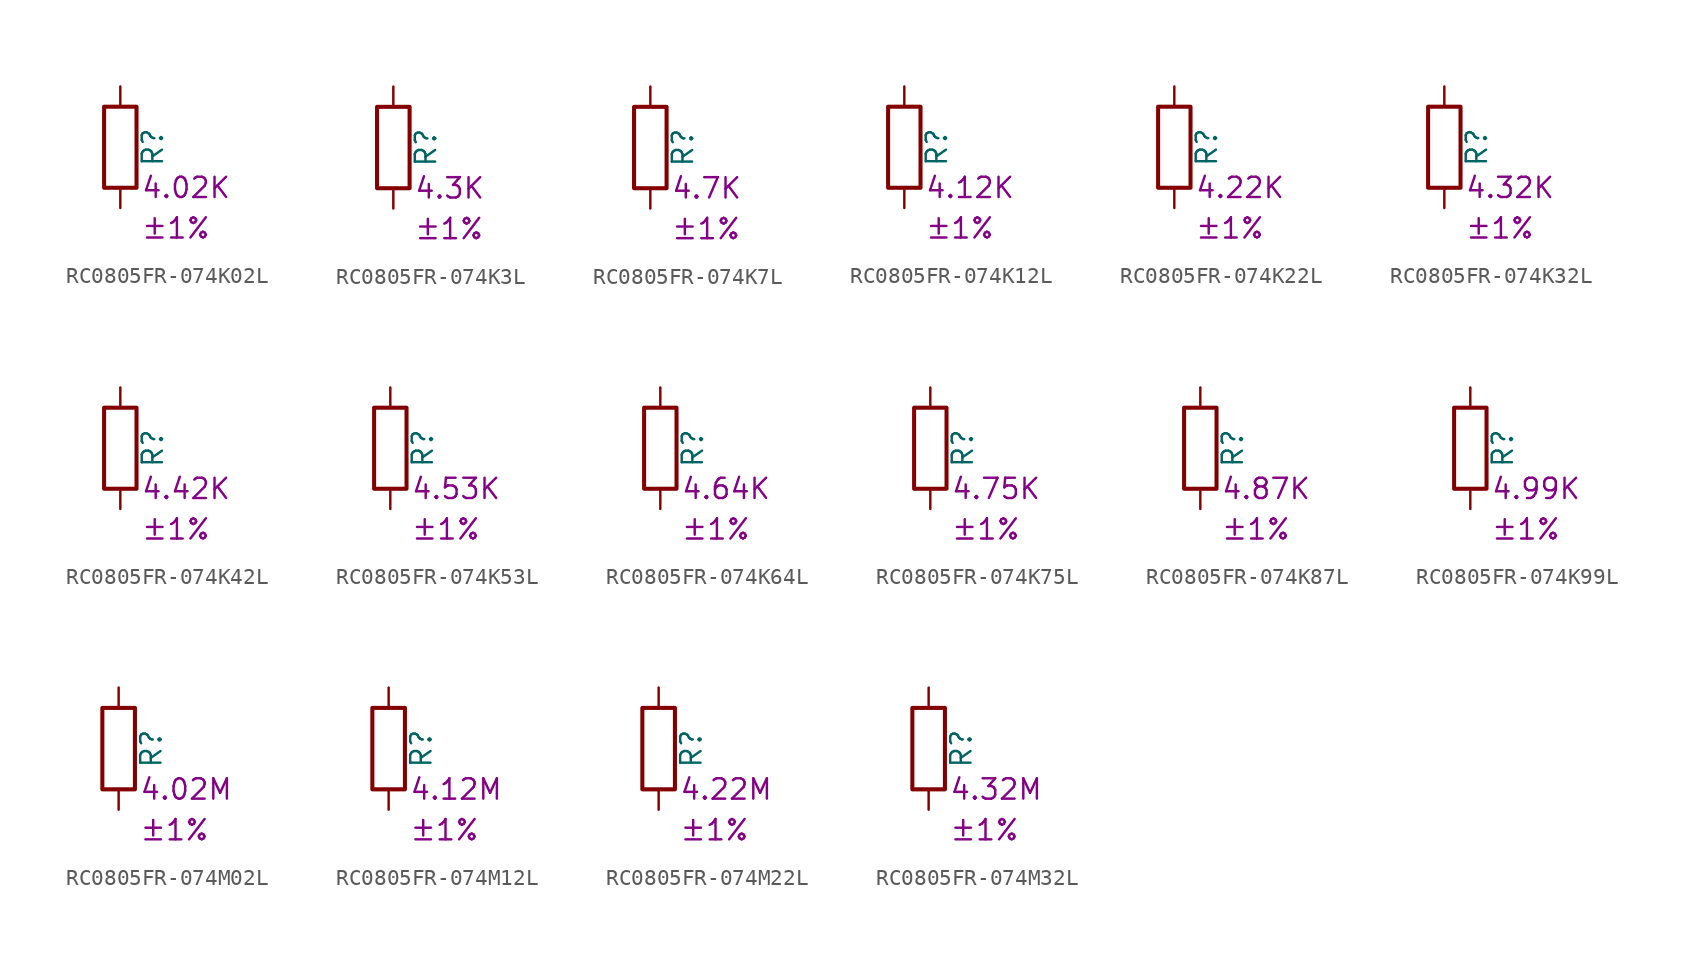
<source format=kicad_sym>
(kicad_symbol_lib
  (version 20220914)
  (generator kicad_symbol_editor)
  (symbol "RC0805FR-074K02L"
    (pin_numbers hide)
    (pin_names
      (offset 0))
    (property "Reference" "R"
      (at 2.032 0 90)
      (effects (font (size 1.27 1.27))))
    (property "Resistance" "4.02K"
      (at 1.27 -2.54 0)
      (effects (font (size 1.27 1.27)) (justify left)))
    (property "Tolerance" "±1%"
      (at 1.27 -5.08 0)
      (effects (font (size 1.27 1.27)) (justify left)))
    (symbol "RC0805FR-074K02L_0_1"
      (rectangle (start -1.016 -2.54) (end 1.016 2.54) (stroke (width 0.254) (type default)) (fill (type none))))
    (symbol "RC0805FR-074K02L_1_1"
      (pin passive line (at 0 3.81 270) (length 1.27) (name "~" (effects (font (size 1.27 1.27)))) (number "1" (effects (font (size 1.27 1.27)))))
      (pin passive line (at 0 -3.81 90) (length 1.27) (name "~" (effects (font (size 1.27 1.27)))) (number "2" (effects (font (size 1.27 1.27)))))))
  (symbol "RC0805FR-074K3L"
    (pin_numbers hide)
    (pin_names
      (offset 0))
    (property "Reference" "R"
      (at 2.032 0 90)
      (effects (font (size 1.27 1.27))))
    (property "Resistance" "4.3K"
      (at 1.27 -2.54 0)
      (effects (font (size 1.27 1.27)) (justify left)))
    (property "Tolerance" "±1%"
      (at 1.27 -5.08 0)
      (effects (font (size 1.27 1.27)) (justify left)))
    (symbol "RC0805FR-074K3L_0_1"
      (rectangle (start -1.016 -2.54) (end 1.016 2.54) (stroke (width 0.254) (type default)) (fill (type none))))
    (symbol "RC0805FR-074K3L_1_1"
      (pin passive line (at 0 3.81 270) (length 1.27) (name "~" (effects (font (size 1.27 1.27)))) (number "1" (effects (font (size 1.27 1.27)))))
      (pin passive line (at 0 -3.81 90) (length 1.27) (name "~" (effects (font (size 1.27 1.27)))) (number "2" (effects (font (size 1.27 1.27)))))))
  (symbol "RC0805FR-074K7L"
    (pin_numbers hide)
    (pin_names
      (offset 0))
    (property "Reference" "R"
      (at 2.032 0 90)
      (effects (font (size 1.27 1.27))))
    (property "Resistance" "4.7K"
      (at 1.27 -2.54 0)
      (effects (font (size 1.27 1.27)) (justify left)))
    (property "Tolerance" "±1%"
      (at 1.27 -5.08 0)
      (effects (font (size 1.27 1.27)) (justify left)))
    (symbol "RC0805FR-074K7L_0_1"
      (rectangle (start -1.016 -2.54) (end 1.016 2.54) (stroke (width 0.254) (type default)) (fill (type none))))
    (symbol "RC0805FR-074K7L_1_1"
      (pin passive line (at 0 3.81 270) (length 1.27) (name "~" (effects (font (size 1.27 1.27)))) (number "1" (effects (font (size 1.27 1.27)))))
      (pin passive line (at 0 -3.81 90) (length 1.27) (name "~" (effects (font (size 1.27 1.27)))) (number "2" (effects (font (size 1.27 1.27)))))))
  (symbol "RC0805FR-074K12L"
    (pin_numbers hide)
    (pin_names
      (offset 0))
    (property "Reference" "R"
      (at 2.032 0 90)
      (effects (font (size 1.27 1.27))))
    (property "Resistance" "4.12K"
      (at 1.27 -2.54 0)
      (effects (font (size 1.27 1.27)) (justify left)))
    (property "Tolerance" "±1%"
      (at 1.27 -5.08 0)
      (effects (font (size 1.27 1.27)) (justify left)))
    (symbol "RC0805FR-074K12L_0_1"
      (rectangle (start -1.016 -2.54) (end 1.016 2.54) (stroke (width 0.254) (type default)) (fill (type none))))
    (symbol "RC0805FR-074K12L_1_1"
      (pin passive line (at 0 3.81 270) (length 1.27) (name "~" (effects (font (size 1.27 1.27)))) (number "1" (effects (font (size 1.27 1.27)))))
      (pin passive line (at 0 -3.81 90) (length 1.27) (name "~" (effects (font (size 1.27 1.27)))) (number "2" (effects (font (size 1.27 1.27)))))))
  (symbol "RC0805FR-074K22L"
    (pin_numbers hide)
    (pin_names
      (offset 0))
    (property "Reference" "R"
      (at 2.032 0 90)
      (effects (font (size 1.27 1.27))))
    (property "Resistance" "4.22K"
      (at 1.27 -2.54 0)
      (effects (font (size 1.27 1.27)) (justify left)))
    (property "Tolerance" "±1%"
      (at 1.27 -5.08 0)
      (effects (font (size 1.27 1.27)) (justify left)))
    (symbol "RC0805FR-074K22L_0_1"
      (rectangle (start -1.016 -2.54) (end 1.016 2.54) (stroke (width 0.254) (type default)) (fill (type none))))
    (symbol "RC0805FR-074K22L_1_1"
      (pin passive line (at 0 3.81 270) (length 1.27) (name "~" (effects (font (size 1.27 1.27)))) (number "1" (effects (font (size 1.27 1.27)))))
      (pin passive line (at 0 -3.81 90) (length 1.27) (name "~" (effects (font (size 1.27 1.27)))) (number "2" (effects (font (size 1.27 1.27)))))))
  (symbol "RC0805FR-074K32L"
    (pin_numbers hide)
    (pin_names
      (offset 0))
    (property "Reference" "R"
      (at 2.032 0 90)
      (effects (font (size 1.27 1.27))))
    (property "Resistance" "4.32K"
      (at 1.27 -2.54 0)
      (effects (font (size 1.27 1.27)) (justify left)))
    (property "Tolerance" "±1%"
      (at 1.27 -5.08 0)
      (effects (font (size 1.27 1.27)) (justify left)))
    (symbol "RC0805FR-074K32L_0_1"
      (rectangle (start -1.016 -2.54) (end 1.016 2.54) (stroke (width 0.254) (type default)) (fill (type none))))
    (symbol "RC0805FR-074K32L_1_1"
      (pin passive line (at 0 3.81 270) (length 1.27) (name "~" (effects (font (size 1.27 1.27)))) (number "1" (effects (font (size 1.27 1.27)))))
      (pin passive line (at 0 -3.81 90) (length 1.27) (name "~" (effects (font (size 1.27 1.27)))) (number "2" (effects (font (size 1.27 1.27)))))))
  (symbol "RC0805FR-074K42L"
    (pin_numbers hide)
    (pin_names
      (offset 0))
    (property "Reference" "R"
      (at 2.032 0 90)
      (effects (font (size 1.27 1.27))))
    (property "Resistance" "4.42K"
      (at 1.27 -2.54 0)
      (effects (font (size 1.27 1.27)) (justify left)))
    (property "Tolerance" "±1%"
      (at 1.27 -5.08 0)
      (effects (font (size 1.27 1.27)) (justify left)))
    (symbol "RC0805FR-074K42L_0_1"
      (rectangle (start -1.016 -2.54) (end 1.016 2.54) (stroke (width 0.254) (type default)) (fill (type none))))
    (symbol "RC0805FR-074K42L_1_1"
      (pin passive line (at 0 3.81 270) (length 1.27) (name "~" (effects (font (size 1.27 1.27)))) (number "1" (effects (font (size 1.27 1.27)))))
      (pin passive line (at 0 -3.81 90) (length 1.27) (name "~" (effects (font (size 1.27 1.27)))) (number "2" (effects (font (size 1.27 1.27)))))))
  (symbol "RC0805FR-074K53L"
    (pin_numbers hide)
    (pin_names
      (offset 0))
    (property "Reference" "R"
      (at 2.032 0 90)
      (effects (font (size 1.27 1.27))))
    (property "Resistance" "4.53K"
      (at 1.27 -2.54 0)
      (effects (font (size 1.27 1.27)) (justify left)))
    (property "Tolerance" "±1%"
      (at 1.27 -5.08 0)
      (effects (font (size 1.27 1.27)) (justify left)))
    (symbol "RC0805FR-074K53L_0_1"
      (rectangle (start -1.016 -2.54) (end 1.016 2.54) (stroke (width 0.254) (type default)) (fill (type none))))
    (symbol "RC0805FR-074K53L_1_1"
      (pin passive line (at 0 3.81 270) (length 1.27) (name "~" (effects (font (size 1.27 1.27)))) (number "1" (effects (font (size 1.27 1.27)))))
      (pin passive line (at 0 -3.81 90) (length 1.27) (name "~" (effects (font (size 1.27 1.27)))) (number "2" (effects (font (size 1.27 1.27)))))))
  (symbol "RC0805FR-074K64L"
    (pin_numbers hide)
    (pin_names
      (offset 0))
    (property "Reference" "R"
      (at 2.032 0 90)
      (effects (font (size 1.27 1.27))))
    (property "Resistance" "4.64K"
      (at 1.27 -2.54 0)
      (effects (font (size 1.27 1.27)) (justify left)))
    (property "Tolerance" "±1%"
      (at 1.27 -5.08 0)
      (effects (font (size 1.27 1.27)) (justify left)))
    (symbol "RC0805FR-074K64L_0_1"
      (rectangle (start -1.016 -2.54) (end 1.016 2.54) (stroke (width 0.254) (type default)) (fill (type none))))
    (symbol "RC0805FR-074K64L_1_1"
      (pin passive line (at 0 3.81 270) (length 1.27) (name "~" (effects (font (size 1.27 1.27)))) (number "1" (effects (font (size 1.27 1.27)))))
      (pin passive line (at 0 -3.81 90) (length 1.27) (name "~" (effects (font (size 1.27 1.27)))) (number "2" (effects (font (size 1.27 1.27)))))))
  (symbol "RC0805FR-074K75L"
    (pin_numbers hide)
    (pin_names
      (offset 0))
    (property "Reference" "R"
      (at 2.032 0 90)
      (effects (font (size 1.27 1.27))))
    (property "Resistance" "4.75K"
      (at 1.27 -2.54 0)
      (effects (font (size 1.27 1.27)) (justify left)))
    (property "Tolerance" "±1%"
      (at 1.27 -5.08 0)
      (effects (font (size 1.27 1.27)) (justify left)))
    (symbol "RC0805FR-074K75L_0_1"
      (rectangle (start -1.016 -2.54) (end 1.016 2.54) (stroke (width 0.254) (type default)) (fill (type none))))
    (symbol "RC0805FR-074K75L_1_1"
      (pin passive line (at 0 3.81 270) (length 1.27) (name "~" (effects (font (size 1.27 1.27)))) (number "1" (effects (font (size 1.27 1.27)))))
      (pin passive line (at 0 -3.81 90) (length 1.27) (name "~" (effects (font (size 1.27 1.27)))) (number "2" (effects (font (size 1.27 1.27)))))))
  (symbol "RC0805FR-074K87L"
    (pin_numbers hide)
    (pin_names
      (offset 0))
    (property "Reference" "R"
      (at 2.032 0 90)
      (effects (font (size 1.27 1.27))))
    (property "Resistance" "4.87K"
      (at 1.27 -2.54 0)
      (effects (font (size 1.27 1.27)) (justify left)))
    (property "Tolerance" "±1%"
      (at 1.27 -5.08 0)
      (effects (font (size 1.27 1.27)) (justify left)))
    (symbol "RC0805FR-074K87L_0_1"
      (rectangle (start -1.016 -2.54) (end 1.016 2.54) (stroke (width 0.254) (type default)) (fill (type none))))
    (symbol "RC0805FR-074K87L_1_1"
      (pin passive line (at 0 3.81 270) (length 1.27) (name "~" (effects (font (size 1.27 1.27)))) (number "1" (effects (font (size 1.27 1.27)))))
      (pin passive line (at 0 -3.81 90) (length 1.27) (name "~" (effects (font (size 1.27 1.27)))) (number "2" (effects (font (size 1.27 1.27)))))))
  (symbol "RC0805FR-074K99L"
    (pin_numbers hide)
    (pin_names
      (offset 0))
    (property "Reference" "R"
      (at 2.032 0 90)
      (effects (font (size 1.27 1.27))))
    (property "Resistance" "4.99K"
      (at 1.27 -2.54 0)
      (effects (font (size 1.27 1.27)) (justify left)))
    (property "Tolerance" "±1%"
      (at 1.27 -5.08 0)
      (effects (font (size 1.27 1.27)) (justify left)))
    (symbol "RC0805FR-074K99L_0_1"
      (rectangle (start -1.016 -2.54) (end 1.016 2.54) (stroke (width 0.254) (type default)) (fill (type none))))
    (symbol "RC0805FR-074K99L_1_1"
      (pin passive line (at 0 3.81 270) (length 1.27) (name "~" (effects (font (size 1.27 1.27)))) (number "1" (effects (font (size 1.27 1.27)))))
      (pin passive line (at 0 -3.81 90) (length 1.27) (name "~" (effects (font (size 1.27 1.27)))) (number "2" (effects (font (size 1.27 1.27)))))))
  (symbol "RC0805FR-074M02L"
    (pin_numbers hide)
    (pin_names
      (offset 0))
    (property "Reference" "R"
      (at 2.032 0 90)
      (effects (font (size 1.27 1.27))))
    (property "Resistance" "4.02M"
      (at 1.27 -2.54 0)
      (effects (font (size 1.27 1.27)) (justify left)))
    (property "Tolerance" "±1%"
      (at 1.27 -5.08 0)
      (effects (font (size 1.27 1.27)) (justify left)))
    (symbol "RC0805FR-074M02L_0_1"
      (rectangle (start -1.016 -2.54) (end 1.016 2.54) (stroke (width 0.254) (type default)) (fill (type none))))
    (symbol "RC0805FR-074M02L_1_1"
      (pin passive line (at 0 3.81 270) (length 1.27) (name "~" (effects (font (size 1.27 1.27)))) (number "1" (effects (font (size 1.27 1.27)))))
      (pin passive line (at 0 -3.81 90) (length 1.27) (name "~" (effects (font (size 1.27 1.27)))) (number "2" (effects (font (size 1.27 1.27)))))))
  (symbol "RC0805FR-074M12L"
    (pin_numbers hide)
    (pin_names
      (offset 0))
    (property "Reference" "R"
      (at 2.032 0 90)
      (effects (font (size 1.27 1.27))))
    (property "Resistance" "4.12M"
      (at 1.27 -2.54 0)
      (effects (font (size 1.27 1.27)) (justify left)))
    (property "Tolerance" "±1%"
      (at 1.27 -5.08 0)
      (effects (font (size 1.27 1.27)) (justify left)))
    (symbol "RC0805FR-074M12L_0_1"
      (rectangle (start -1.016 -2.54) (end 1.016 2.54) (stroke (width 0.254) (type default)) (fill (type none))))
    (symbol "RC0805FR-074M12L_1_1"
      (pin passive line (at 0 3.81 270) (length 1.27) (name "~" (effects (font (size 1.27 1.27)))) (number "1" (effects (font (size 1.27 1.27)))))
      (pin passive line (at 0 -3.81 90) (length 1.27) (name "~" (effects (font (size 1.27 1.27)))) (number "2" (effects (font (size 1.27 1.27)))))))
  (symbol "RC0805FR-074M22L"
    (pin_numbers hide)
    (pin_names
      (offset 0))
    (property "Reference" "R"
      (at 2.032 0 90)
      (effects (font (size 1.27 1.27))))
    (property "Resistance" "4.22M"
      (at 1.27 -2.54 0)
      (effects (font (size 1.27 1.27)) (justify left)))
    (property "Tolerance" "±1%"
      (at 1.27 -5.08 0)
      (effects (font (size 1.27 1.27)) (justify left)))
    (symbol "RC0805FR-074M22L_0_1"
      (rectangle (start -1.016 -2.54) (end 1.016 2.54) (stroke (width 0.254) (type default)) (fill (type none))))
    (symbol "RC0805FR-074M22L_1_1"
      (pin passive line (at 0 3.81 270) (length 1.27) (name "~" (effects (font (size 1.27 1.27)))) (number "1" (effects (font (size 1.27 1.27)))))
      (pin passive line (at 0 -3.81 90) (length 1.27) (name "~" (effects (font (size 1.27 1.27)))) (number "2" (effects (font (size 1.27 1.27)))))))
  (symbol "RC0805FR-074M32L"
    (pin_numbers hide)
    (pin_names
      (offset 0))
    (property "Reference" "R"
      (at 2.032 0 90)
      (effects (font (size 1.27 1.27))))
    (property "Resistance" "4.32M"
      (at 1.27 -2.54 0)
      (effects (font (size 1.27 1.27)) (justify left)))
    (property "Tolerance" "±1%"
      (at 1.27 -5.08 0)
      (effects (font (size 1.27 1.27)) (justify left)))
    (symbol "RC0805FR-074M32L_0_1"
      (rectangle (start -1.016 -2.54) (end 1.016 2.54) (stroke (width 0.254) (type default)) (fill (type none))))
    (symbol "RC0805FR-074M32L_1_1"
      (pin passive line (at 0 3.81 270) (length 1.27) (name "~" (effects (font (size 1.27 1.27)))) (number "1" (effects (font (size 1.27 1.27)))))
      (pin passive line (at 0 -3.81 90) (length 1.27) (name "~" (effects (font (size 1.27 1.27)))) (number "2" (effects (font (size 1.27 1.27))))))))
</source>
